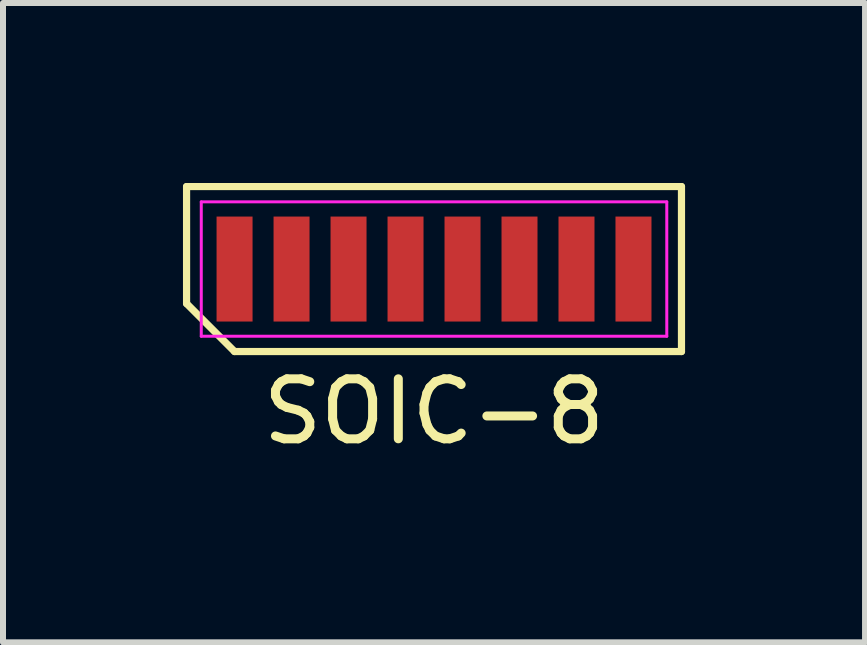
<source format=kicad_pcb>
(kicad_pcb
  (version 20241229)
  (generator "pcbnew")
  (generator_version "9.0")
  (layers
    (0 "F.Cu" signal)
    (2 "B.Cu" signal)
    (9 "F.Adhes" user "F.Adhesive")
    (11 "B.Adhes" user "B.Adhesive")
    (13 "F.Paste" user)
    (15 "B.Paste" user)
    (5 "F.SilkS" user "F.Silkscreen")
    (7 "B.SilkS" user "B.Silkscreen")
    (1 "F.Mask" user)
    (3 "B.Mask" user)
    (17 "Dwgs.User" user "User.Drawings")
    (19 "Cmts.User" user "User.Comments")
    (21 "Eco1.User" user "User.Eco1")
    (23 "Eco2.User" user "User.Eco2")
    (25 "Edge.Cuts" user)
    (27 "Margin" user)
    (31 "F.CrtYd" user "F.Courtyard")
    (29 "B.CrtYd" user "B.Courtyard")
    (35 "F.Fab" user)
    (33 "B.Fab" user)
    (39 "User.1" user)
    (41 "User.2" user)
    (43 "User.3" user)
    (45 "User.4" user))
  (footprint "SOIC-8"
    (layer "F.Cu")
    (at 4.185 1.435)
    (property "Reference" "SOIC-8" (at 0 2.375 0) (unlocked yes) (layer "F.SilkS") (effects (font (size 1 1) (thickness 0.15))))
    (attr smd)
    (fp_line (start -4.125 -1.375) (end 4.125 -1.375) (stroke (width 0.12) (type default)) (layer "F.SilkS"))
    (fp_line (start -4.125 0.575) (end -4.125 -1.375) (stroke (width 0.12) (type default)) (layer "F.SilkS"))
    (fp_line (start -3.325 1.375) (end -4.125 0.575) (stroke (width 0.12) (type default)) (layer "F.SilkS"))
    (fp_line (start 4.125 -1.375) (end 4.125 1.375) (stroke (width 0.12) (type default)) (layer "F.SilkS"))
    (fp_line (start 4.125 1.375) (end -3.325 1.375) (stroke (width 0.12) (type default)) (layer "F.SilkS"))
    (fp_line (start -3.88 -1.12) (end 3.88 -1.12) (stroke (width 0.05) (type default)) (layer "F.CrtYd"))
    (fp_line (start -3.88 1.12) (end -3.88 -1.12) (stroke (width 0.05) (type default)) (layer "F.CrtYd"))
    (fp_line (start 3.88 -1.12) (end 3.88 1.12) (stroke (width 0.05) (type default)) (layer "F.CrtYd"))
    (fp_line (start 3.88 1.12) (end -3.88 1.12) (stroke (width 0.05) (type default)) (layer "F.CrtYd"))
    (pad "1" smd rect (at -3.325 0) (size 0.6 1.75) (layers "F.Cu" "F.Mask" "F.Paste"))
    (pad "2" smd rect (at -2.375 0) (size 0.6 1.75) (layers "F.Cu" "F.Mask" "F.Paste"))
    (pad "3" smd rect (at -1.425 0) (size 0.6 1.75) (layers "F.Cu" "F.Mask" "F.Paste"))
    (pad "4" smd rect (at -0.475 0) (size 0.6 1.75) (layers "F.Cu" "F.Mask" "F.Paste"))
    (pad "5" smd rect (at 0.475 0) (size 0.6 1.75) (layers "F.Cu" "F.Mask" "F.Paste"))
    (pad "6" smd rect (at 1.425 0) (size 0.6 1.75) (layers "F.Cu" "F.Mask" "F.Paste"))
    (pad "7" smd rect (at 2.375 0) (size 0.6 1.75) (layers "F.Cu" "F.Mask" "F.Paste"))
    (pad "8" smd rect (at 3.325 0) (size 0.6 1.75) (layers "F.Cu" "F.Mask" "F.Paste")))
  (gr_rect
    (start -3 -3)
    (end 11.37 7.658)
    (stroke (width 0.1) (type default))
    (fill no)
    (layer "Edge.Cuts")))
</source>
